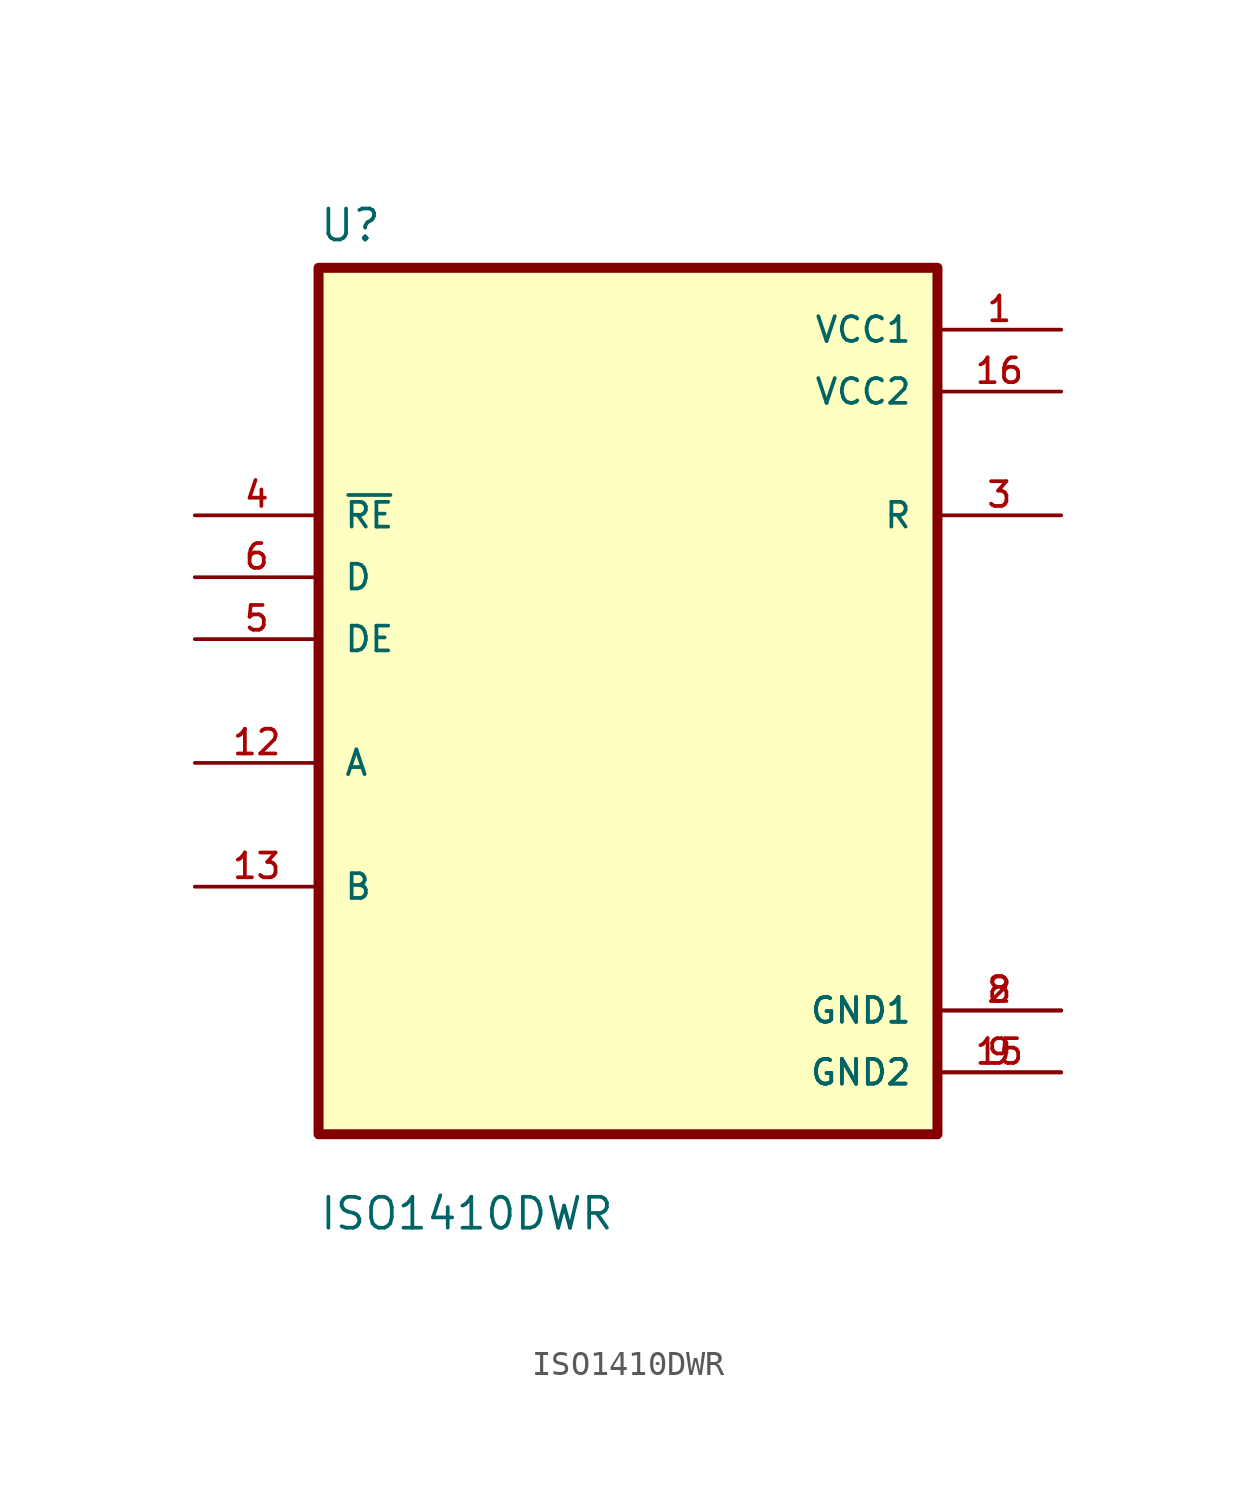
<source format=kicad_sym>
(kicad_symbol_lib
  (version 20211014)
  (generator kicad_symbol_editor)
  (symbol "ISO1410DWR"
    (pin_names
      (offset 1.016))
    (property "Reference" "U"
      (at -12.7 18.78 0.0)
      (effects (font (size 1.27 1.27)) (justify bottom left)))
    (property "Value" "ISO1410DWR"
      (at -12.7 -21.78 0.0)
      (effects (font (size 1.27 1.27)) (justify bottom left)))
    (symbol "ISO1410DWR_0_0"
      (rectangle (start -12.7 -17.78) (end 12.7 17.78) (stroke (width 0.41)) (fill (type background)))
      (pin input line (at -17.78 7.62 0) (length 5.08) (name "~{RE}" (effects (font (size 1.016 1.016)))) (number "4" (effects (font (size 1.016 1.016)))))
      (pin input line (at -17.78 5.08 0) (length 5.08) (name "D" (effects (font (size 1.016 1.016)))) (number "6" (effects (font (size 1.016 1.016)))))
      (pin input line (at -17.78 2.54 0) (length 5.08) (name "DE" (effects (font (size 1.016 1.016)))) (number "5" (effects (font (size 1.016 1.016)))))
      (pin bidirectional line (at -17.78 -2.54 0) (length 5.08) (name "A" (effects (font (size 1.016 1.016)))) (number "12" (effects (font (size 1.016 1.016)))))
      (pin bidirectional line (at -17.78 -7.62 0) (length 5.08) (name "B" (effects (font (size 1.016 1.016)))) (number "13" (effects (font (size 1.016 1.016)))))
      (pin power_in line (at 17.78 15.24 180.0) (length 5.08) (name "VCC1" (effects (font (size 1.016 1.016)))) (number "1" (effects (font (size 1.016 1.016)))))
      (pin power_in line (at 17.78 12.7 180.0) (length 5.08) (name "VCC2" (effects (font (size 1.016 1.016)))) (number "16" (effects (font (size 1.016 1.016)))))
      (pin output line (at 17.78 7.62 180.0) (length 5.08) (name "R" (effects (font (size 1.016 1.016)))) (number "3" (effects (font (size 1.016 1.016)))))
      (pin power_in line (at 17.78 -12.7 180.0) (length 5.08) (name "GND1" (effects (font (size 1.016 1.016)))) (number "2" (effects (font (size 1.016 1.016)))))
      (pin power_in line (at 17.78 -12.7 180.0) (length 5.08) (name "GND1" (effects (font (size 1.016 1.016)))) (number "8" (effects (font (size 1.016 1.016)))))
      (pin power_in line (at 17.78 -15.24 180.0) (length 5.08) (name "GND2" (effects (font (size 1.016 1.016)))) (number "9" (effects (font (size 1.016 1.016)))))
      (pin power_in line (at 17.78 -15.24 180.0) (length 5.08) (name "GND2" (effects (font (size 1.016 1.016)))) (number "15" (effects (font (size 1.016 1.016))))))))
</source>
